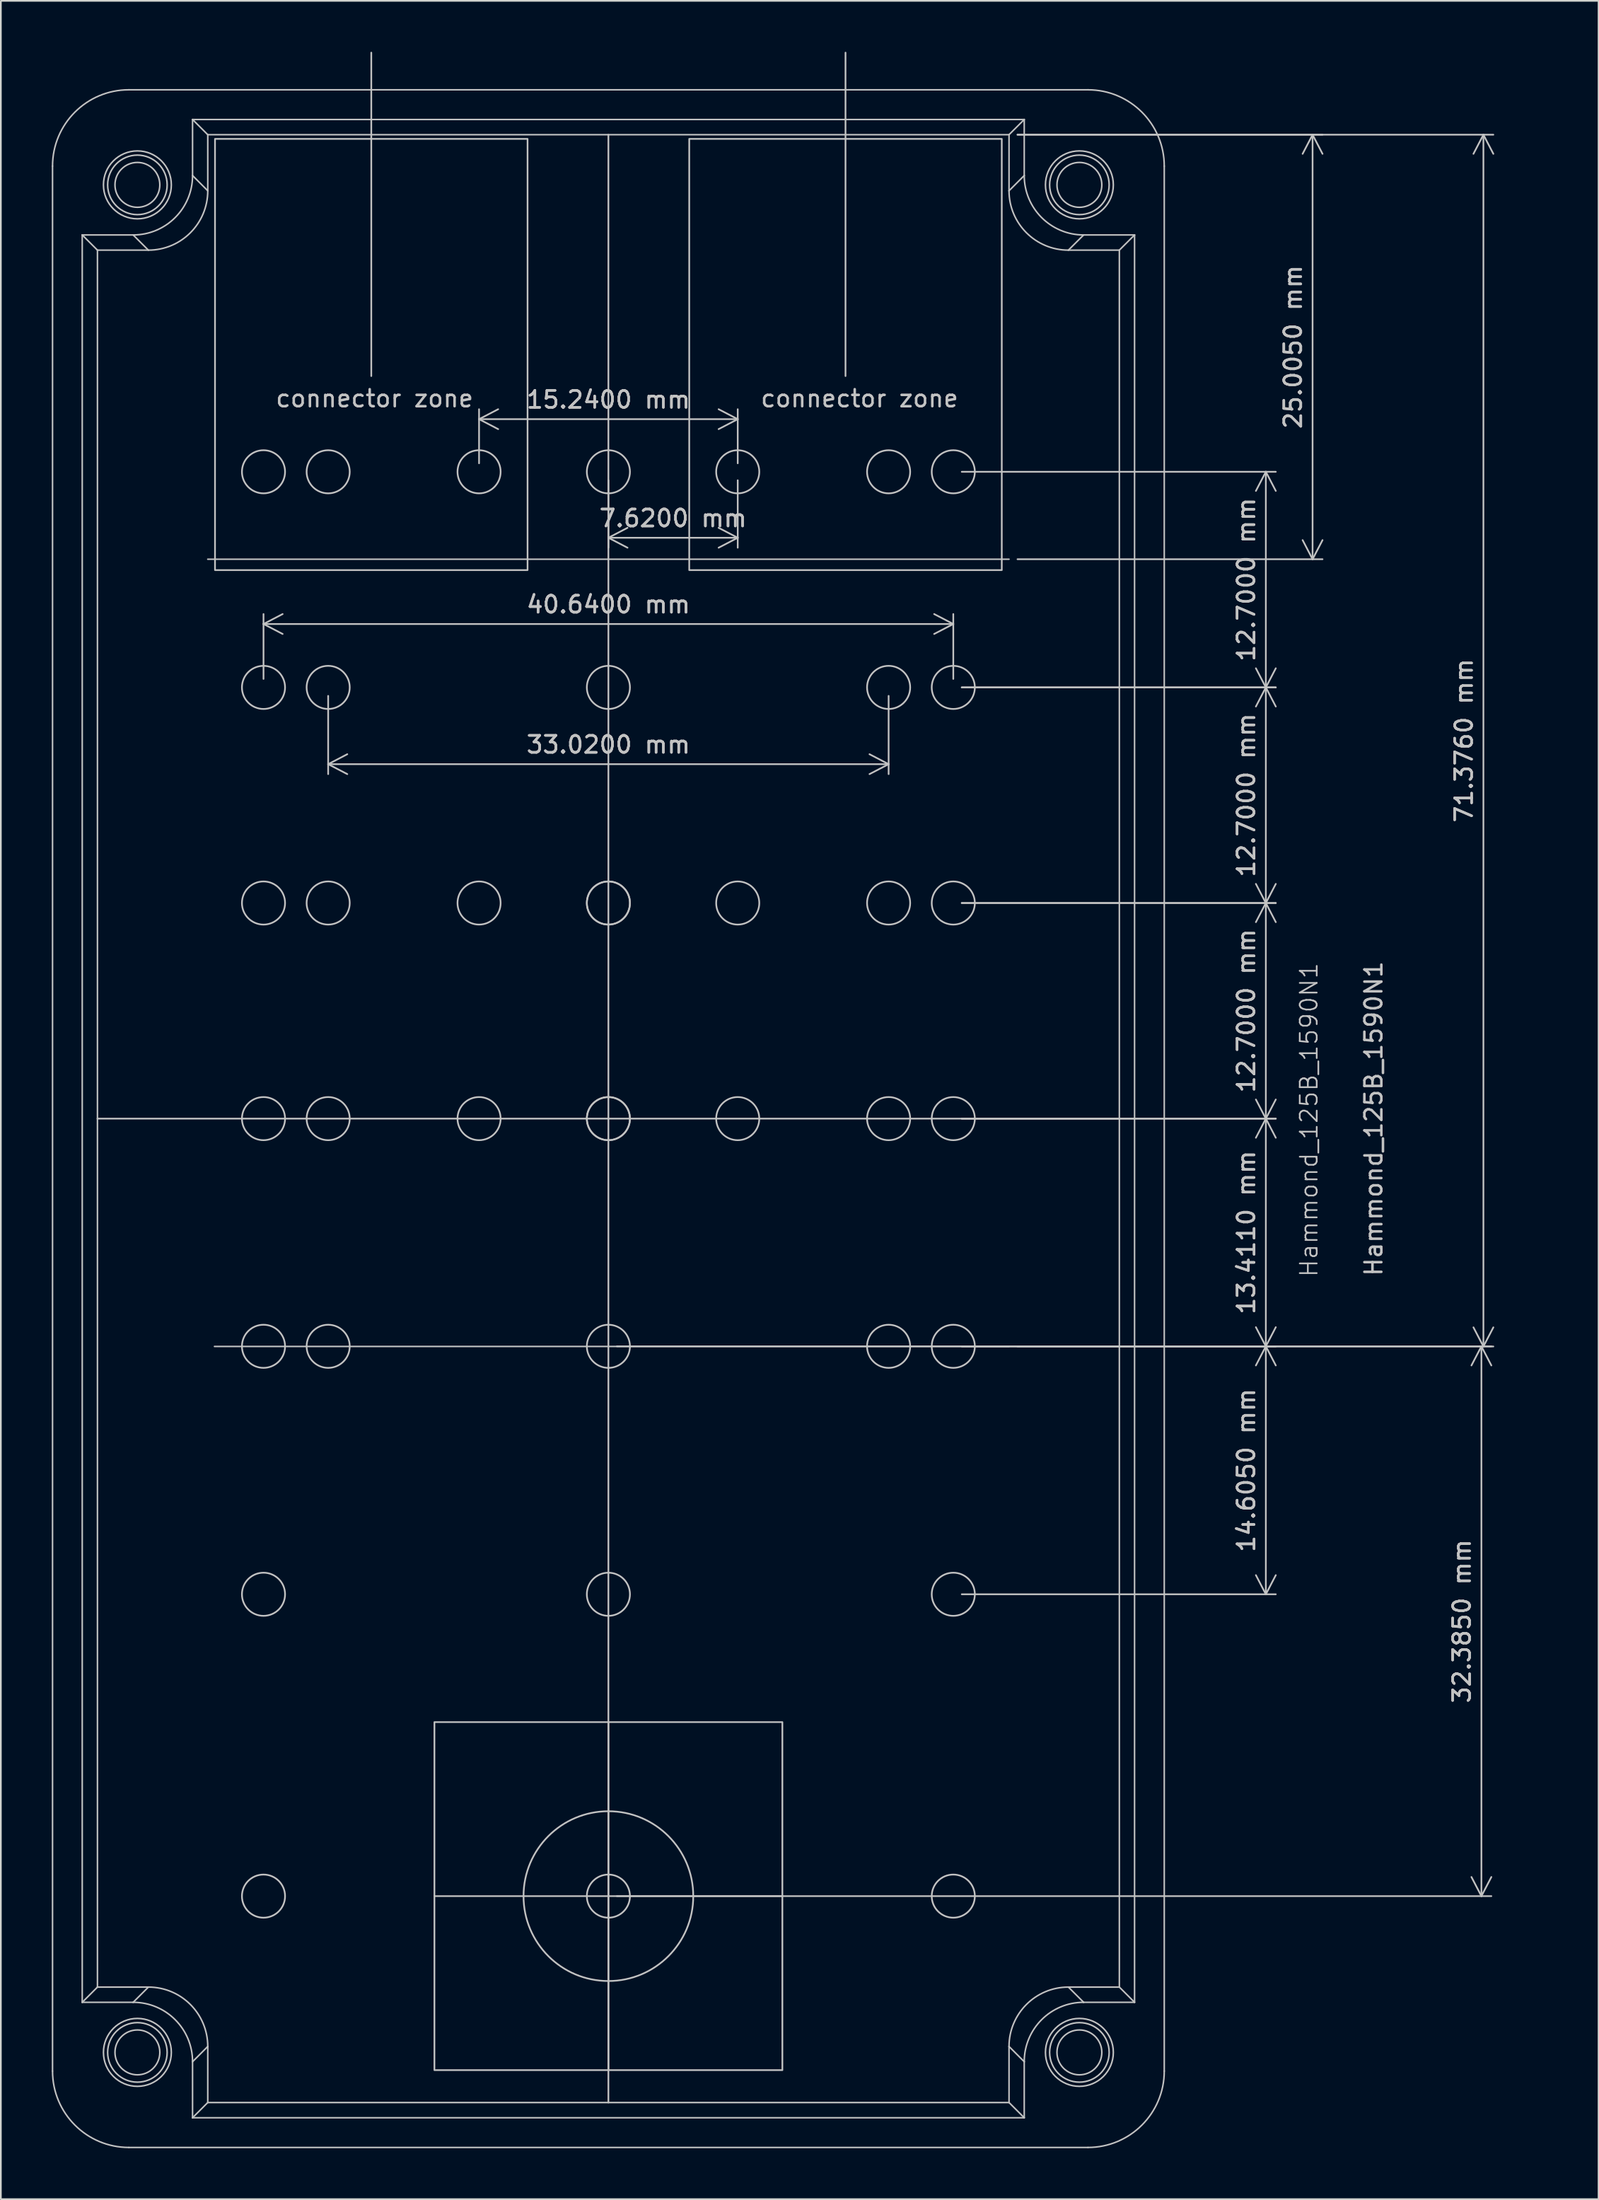
<source format=kicad_pcb>
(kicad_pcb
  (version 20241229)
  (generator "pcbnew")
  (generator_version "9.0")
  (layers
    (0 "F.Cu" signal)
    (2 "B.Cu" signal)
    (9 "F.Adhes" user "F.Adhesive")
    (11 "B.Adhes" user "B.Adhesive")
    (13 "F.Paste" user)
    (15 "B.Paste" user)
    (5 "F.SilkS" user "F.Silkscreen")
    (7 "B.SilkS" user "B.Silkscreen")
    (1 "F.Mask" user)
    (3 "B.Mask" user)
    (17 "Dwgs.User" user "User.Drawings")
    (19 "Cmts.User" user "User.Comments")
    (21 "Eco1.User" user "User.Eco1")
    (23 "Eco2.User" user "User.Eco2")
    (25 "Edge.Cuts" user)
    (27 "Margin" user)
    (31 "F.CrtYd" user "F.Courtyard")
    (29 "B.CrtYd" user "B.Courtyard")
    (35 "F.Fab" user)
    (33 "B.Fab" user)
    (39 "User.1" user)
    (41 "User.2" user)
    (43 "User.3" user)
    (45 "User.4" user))
  (footprint "Hammond_125B_1590N1"
    (layer "F.Cu")
    (at 32.795 76.25)
    (property "Reference" "Hammond_125B_1590N1" (at 41.275 -13.335 90) (unlocked yes) (layer "Dwgs.User") (effects (font (size 1 1) (thickness 0.1))))
    (fp_line (start -32.75 42.69) (end -32.75 -69.513) (stroke (width 0.09) (type solid)) (layer "Dwgs.User"))
    (fp_line (start -31 -65.461) (end -30.104 -64.566) (stroke (width 0.09) (type solid)) (layer "Dwgs.User"))
    (fp_line (start -31 -65.461) (end -27.999 -65.461) (stroke (width 0.09) (type solid)) (layer "Dwgs.User"))
    (fp_line (start -31 38.639) (end -31 -65.461) (stroke (width 0.09) (type solid)) (layer "Dwgs.User"))
    (fp_line (start -31 38.639) (end -30.104 37.743) (stroke (width 0.09) (type solid)) (layer "Dwgs.User"))
    (fp_line (start -30.104 -64.566) (end -30.104 37.743) (stroke (width 0.09) (type solid)) (layer "Dwgs.User"))
    (fp_line (start -30.104 -13.411) (end 30.104 -13.411) (stroke (width 0.1) (type default)) (layer "Dwgs.User"))
    (fp_line (start -30.104 37.743) (end -27.103 37.743) (stroke (width 0.09) (type solid)) (layer "Dwgs.User"))
    (fp_line (start -28.252 -74.011) (end 28.252 -74.011) (stroke (width 0.09) (type solid)) (layer "Dwgs.User"))
    (fp_line (start -27.999 -65.461) (end -27.103 -64.566) (stroke (width 0.09) (type solid)) (layer "Dwgs.User"))
    (fp_line (start -27.999 38.639) (end -31 38.639) (stroke (width 0.09) (type solid)) (layer "Dwgs.User"))
    (fp_line (start -27.103 -64.566) (end -30.104 -64.566) (stroke (width 0.09) (type solid)) (layer "Dwgs.User"))
    (fp_line (start -27.103 37.743) (end -27.999 38.639) (stroke (width 0.09) (type solid)) (layer "Dwgs.User"))
    (fp_line (start -24.5 -72.261) (end -23.604 -71.366) (stroke (width 0.09) (type solid)) (layer "Dwgs.User"))
    (fp_line (start -24.5 -72.261) (end 24.5 -72.261) (stroke (width 0.09) (type solid)) (layer "Dwgs.User"))
    (fp_line (start -24.5 -68.96) (end -24.5 -72.261) (stroke (width 0.09) (type solid)) (layer "Dwgs.User"))
    (fp_line (start -24.5 42.138) (end -23.604 41.242) (stroke (width 0.09) (type solid)) (layer "Dwgs.User"))
    (fp_line (start -24.5 45.439) (end -24.5 42.138) (stroke (width 0.09) (type solid)) (layer "Dwgs.User"))
    (fp_line (start -24.5 45.439) (end -23.604 44.543) (stroke (width 0.09) (type solid)) (layer "Dwgs.User"))
    (fp_line (start -23.604 -71.366) (end -23.604 -68.064) (stroke (width 0.09) (type solid)) (layer "Dwgs.User"))
    (fp_line (start -23.604 -68.064) (end -24.5 -68.96) (stroke (width 0.09) (type solid)) (layer "Dwgs.User"))
    (fp_line (start -23.604 41.242) (end -23.604 44.543) (stroke (width 0.09) (type solid)) (layer "Dwgs.User"))
    (fp_line (start -23.604 44.543) (end 23.604 44.543) (stroke (width 0.09) (type solid)) (layer "Dwgs.User"))
    (fp_line (start -13.97 -76.2) (end -13.97 -57.15) (stroke (width 0.1) (type default)) (layer "Dwgs.User"))
    (fp_line (start -10.25 32.385) (end 10.25 32.385) (stroke (width 0.1) (type default)) (layer "Dwgs.User"))
    (fp_line (start -0.000001 22.135) (end -0.000001 42.635) (stroke (width 0.1) (type default)) (layer "Dwgs.User"))
    (fp_line (start 0 -71.366) (end 0 44.543) (stroke (width 0.1) (type default)) (layer "Dwgs.User"))
    (fp_line (start 13.97 -76.2) (end 13.97 -57.15) (stroke (width 0.1) (type default)) (layer "Dwgs.User"))
    (fp_line (start 23.604 -46.361) (end -23.604 -46.361) (stroke (width 0.09) (type solid)) (layer "Dwgs.User"))
    (fp_line (start 23.604 0.009) (end -23.209 0.009) (stroke (width 0.09) (type solid)) (layer "Dwgs.User"))
    (fp_line (start 23.604 -71.366) (end -23.604 -71.366) (stroke (width 0.09) (type solid)) (layer "Dwgs.User"))
    (fp_line (start 23.604 -68.064) (end 23.604 -71.366) (stroke (width 0.09) (type solid)) (layer "Dwgs.User"))
    (fp_line (start 23.604 41.242) (end 24.5 42.138) (stroke (width 0.09) (type solid)) (layer "Dwgs.User"))
    (fp_line (start 23.604 44.543) (end 23.604 41.242) (stroke (width 0.09) (type solid)) (layer "Dwgs.User"))
    (fp_line (start 24.5 -72.261) (end 23.604 -71.366) (stroke (width 0.09) (type solid)) (layer "Dwgs.User"))
    (fp_line (start 24.5 -72.261) (end 24.5 -68.96) (stroke (width 0.09) (type solid)) (layer "Dwgs.User"))
    (fp_line (start 24.5 -68.96) (end 23.604 -68.064) (stroke (width 0.09) (type solid)) (layer "Dwgs.User"))
    (fp_line (start 24.5 42.138) (end 24.5 45.439) (stroke (width 0.09) (type solid)) (layer "Dwgs.User"))
    (fp_line (start 24.5 45.439) (end -24.5 45.439) (stroke (width 0.09) (type solid)) (layer "Dwgs.User"))
    (fp_line (start 24.5 45.439) (end 23.604 44.543) (stroke (width 0.09) (type solid)) (layer "Dwgs.User"))
    (fp_line (start 27.103 -64.566) (end 27.999 -65.461) (stroke (width 0.09) (type solid)) (layer "Dwgs.User"))
    (fp_line (start 27.103 37.743) (end 30.104 37.743) (stroke (width 0.09) (type solid)) (layer "Dwgs.User"))
    (fp_line (start 27.999 -65.461) (end 31 -65.461) (stroke (width 0.09) (type solid)) (layer "Dwgs.User"))
    (fp_line (start 27.999 38.639) (end 27.103 37.743) (stroke (width 0.09) (type solid)) (layer "Dwgs.User"))
    (fp_line (start 28.252 47.189) (end -28.252 47.189) (stroke (width 0.09) (type solid)) (layer "Dwgs.User"))
    (fp_line (start 30.104 -64.566) (end 27.103 -64.566) (stroke (width 0.09) (type solid)) (layer "Dwgs.User"))
    (fp_line (start 30.104 37.743) (end 30.104 -64.566) (stroke (width 0.09) (type solid)) (layer "Dwgs.User"))
    (fp_line (start 31 -65.461) (end 30.104 -64.566) (stroke (width 0.09) (type solid)) (layer "Dwgs.User"))
    (fp_line (start 31 -65.461) (end 31 38.639) (stroke (width 0.09) (type solid)) (layer "Dwgs.User"))
    (fp_line (start 31 38.639) (end 27.999 38.639) (stroke (width 0.09) (type solid)) (layer "Dwgs.User"))
    (fp_line (start 31 38.639) (end 30.104 37.743) (stroke (width 0.09) (type solid)) (layer "Dwgs.User"))
    (fp_line (start 32.75 -69.513) (end 32.75 42.69) (stroke (width 0.09) (type solid)) (layer "Dwgs.User"))
    (fp_rect (start -23.177 -71.12) (end -4.763 -45.72) (stroke (width 0.1) (type default)) (fill no) (layer "Dwgs.User"))
    (fp_rect (start -10.25 22.135) (end 10.25 42.635) (stroke (width 0.1) (type default)) (fill no) (layer "Dwgs.User"))
    (fp_rect (start 4.763 -71.12) (end 23.177 -45.72) (stroke (width 0.1) (type default)) (fill no) (layer "Dwgs.User"))
    (fp_circle (center -27.75 -68.411) (end -27.75 -70.411) (stroke (width 0.09) (type solid)) (fill no) (layer "Dwgs.User"))
    (fp_circle (center -27.75 -68.411) (end -27.75 -70.164) (stroke (width 0.09) (type solid)) (fill no) (layer "Dwgs.User"))
    (fp_circle (center -27.75 -68.411) (end -27.75 -69.732) (stroke (width 0.09) (type solid)) (fill no) (layer "Dwgs.User"))
    (fp_circle (center -27.75 41.589) (end -27.75 39.589) (stroke (width 0.09) (type solid)) (fill no) (layer "Dwgs.User"))
    (fp_circle (center -27.75 41.589) (end -27.75 39.836) (stroke (width 0.09) (type solid)) (fill no) (layer "Dwgs.User"))
    (fp_circle (center -27.75 41.589) (end -27.75 40.268) (stroke (width 0.09) (type solid)) (fill no) (layer "Dwgs.User"))
    (fp_circle (center -20.32 -51.511) (end -19.05 -51.511) (stroke (width 0.1) (type default)) (fill no) (layer "Dwgs.User"))
    (fp_circle (center -20.32 -38.811) (end -19.05 -38.811) (stroke (width 0.1) (type default)) (fill no) (layer "Dwgs.User"))
    (fp_circle (center -20.32 -26.111) (end -19.05 -26.111) (stroke (width 0.1) (type default)) (fill no) (layer "Dwgs.User"))
    (fp_circle (center -20.32 -13.411) (end -19.05 -13.411) (stroke (width 0.1) (type default)) (fill no) (layer "Dwgs.User"))
    (fp_circle (center -20.32 0) (end -19.05 0) (stroke (width 0.1) (type default)) (fill no) (layer "Dwgs.User"))
    (fp_circle (center -20.32 14.605) (end -19.05 14.605) (stroke (width 0.1) (type default)) (fill no) (layer "Dwgs.User"))
    (fp_circle (center -20.32 32.385) (end -19.05 32.385) (stroke (width 0.1) (type default)) (fill no) (layer "Dwgs.User"))
    (fp_circle (center -16.51 -51.511) (end -15.24 -51.511) (stroke (width 0.1) (type default)) (fill no) (layer "Dwgs.User"))
    (fp_circle (center -16.51 -38.811) (end -15.24 -38.811) (stroke (width 0.1) (type default)) (fill no) (layer "Dwgs.User"))
    (fp_circle (center -16.51 -26.111) (end -15.24 -26.111) (stroke (width 0.1) (type default)) (fill no) (layer "Dwgs.User"))
    (fp_circle (center -16.51 -13.411) (end -15.24 -13.411) (stroke (width 0.1) (type default)) (fill no) (layer "Dwgs.User"))
    (fp_circle (center -16.51 0) (end -15.24 0) (stroke (width 0.1) (type default)) (fill no) (layer "Dwgs.User"))
    (fp_circle (center -7.62 -51.511) (end -6.35 -51.511) (stroke (width 0.1) (type default)) (fill no) (layer "Dwgs.User"))
    (fp_circle (center -7.62 -26.111) (end -6.35 -26.111) (stroke (width 0.1) (type default)) (fill no) (layer "Dwgs.User"))
    (fp_circle (center -7.62 -13.411) (end -6.35 -13.411) (stroke (width 0.1) (type default)) (fill no) (layer "Dwgs.User"))
    (fp_circle (center -0.000001 32.385) (end 5 32.385) (stroke (width 0.1) (type default)) (fill no) (layer "Dwgs.User"))
    (fp_circle (center 0 -51.511) (end 1.27 -51.511) (stroke (width 0.1) (type default)) (fill no) (layer "Dwgs.User"))
    (fp_circle (center 0 -38.811) (end 1.27 -38.811) (stroke (width 0.1) (type default)) (fill no) (layer "Dwgs.User"))
    (fp_circle (center 0 -26.111) (end 1.27 -26.111) (stroke (width 0.1) (type default)) (fill no) (layer "Dwgs.User"))
    (fp_circle (center 0 -26.111) (end 1.27 -26.111) (stroke (width 0.1) (type default)) (fill no) (layer "Dwgs.User"))
    (fp_circle (center 0 -13.411) (end 1.27 -13.411) (stroke (width 0.1) (type default)) (fill no) (layer "Dwgs.User"))
    (fp_circle (center 0 -13.411) (end 1.27 -13.411) (stroke (width 0.1) (type default)) (fill no) (layer "Dwgs.User"))
    (fp_circle (center 0 0) (end 1.27 0) (stroke (width 0.1) (type default)) (fill no) (layer "Dwgs.User"))
    (fp_circle (center 0 14.605) (end 1.27 14.605) (stroke (width 0.1) (type default)) (fill no) (layer "Dwgs.User"))
    (fp_circle (center 0 32.385) (end 1.27 32.385) (stroke (width 0.1) (type default)) (fill no) (layer "Dwgs.User"))
    (fp_circle (center 7.62 -51.511) (end 8.89 -51.511) (stroke (width 0.1) (type default)) (fill no) (layer "Dwgs.User"))
    (fp_circle (center 7.62 -26.111) (end 8.89 -26.111) (stroke (width 0.1) (type default)) (fill no) (layer "Dwgs.User"))
    (fp_circle (center 7.62 -13.411) (end 8.89 -13.411) (stroke (width 0.1) (type default)) (fill no) (layer "Dwgs.User"))
    (fp_circle (center 16.51 -51.511) (end 17.78 -51.511) (stroke (width 0.1) (type default)) (fill no) (layer "Dwgs.User"))
    (fp_circle (center 16.51 -38.811) (end 17.78 -38.811) (stroke (width 0.1) (type default)) (fill no) (layer "Dwgs.User"))
    (fp_circle (center 16.51 -26.111) (end 17.78 -26.111) (stroke (width 0.1) (type default)) (fill no) (layer "Dwgs.User"))
    (fp_circle (center 16.51 -13.411) (end 17.78 -13.411) (stroke (width 0.1) (type default)) (fill no) (layer "Dwgs.User"))
    (fp_circle (center 16.51 0) (end 17.78 0) (stroke (width 0.1) (type default)) (fill no) (layer "Dwgs.User"))
    (fp_circle (center 20.32 -51.511) (end 21.59 -51.511) (stroke (width 0.1) (type default)) (fill no) (layer "Dwgs.User"))
    (fp_circle (center 20.32 -38.811) (end 21.59 -38.811) (stroke (width 0.1) (type default)) (fill no) (layer "Dwgs.User"))
    (fp_circle (center 20.32 -26.111) (end 21.59 -26.111) (stroke (width 0.1) (type default)) (fill no) (layer "Dwgs.User"))
    (fp_circle (center 20.32 -13.411) (end 21.59 -13.411) (stroke (width 0.1) (type default)) (fill no) (layer "Dwgs.User"))
    (fp_circle (center 20.32 0) (end 21.59 0) (stroke (width 0.1) (type default)) (fill no) (layer "Dwgs.User"))
    (fp_circle (center 20.32 14.605) (end 21.59 14.605) (stroke (width 0.1) (type default)) (fill no) (layer "Dwgs.User"))
    (fp_circle (center 20.32 32.385) (end 21.59 32.385) (stroke (width 0.1) (type default)) (fill no) (layer "Dwgs.User"))
    (fp_circle (center 27.75 -68.411) (end 27.75 -70.411) (stroke (width 0.09) (type solid)) (fill no) (layer "Dwgs.User"))
    (fp_circle (center 27.75 -68.411) (end 27.75 -70.164) (stroke (width 0.09) (type solid)) (fill no) (layer "Dwgs.User"))
    (fp_circle (center 27.75 -68.411) (end 27.75 -69.732) (stroke (width 0.09) (type solid)) (fill no) (layer "Dwgs.User"))
    (fp_circle (center 27.75 41.589) (end 27.75 39.589) (stroke (width 0.09) (type solid)) (fill no) (layer "Dwgs.User"))
    (fp_circle (center 27.75 41.589) (end 27.75 39.836) (stroke (width 0.09) (type solid)) (fill no) (layer "Dwgs.User"))
    (fp_circle (center 27.75 41.589) (end 27.75 40.268) (stroke (width 0.09) (type solid)) (fill no) (layer "Dwgs.User"))
    (fp_curve (pts (xy -32.75 42.69) (xy -32.75 45.175) (xy -30.736 47.189) (xy -28.252 47.189)) (stroke (width 0.09) (type solid)) (layer "Dwgs.User"))
    (fp_curve (pts (xy -28.252 -74.011) (xy -30.736 -74.011) (xy -32.75 -71.998) (xy -32.75 -69.513)) (stroke (width 0.09) (type solid)) (layer "Dwgs.User"))
    (fp_curve (pts (xy -27.999 -65.461) (xy -26.066 -65.461) (xy -24.5 -67.027) (xy -24.5 -68.96)) (stroke (width 0.09) (type solid)) (layer "Dwgs.User"))
    (fp_curve (pts (xy -27.103 -64.566) (xy -25.171 -64.566) (xy -23.604 -66.132) (xy -23.604 -68.064)) (stroke (width 0.09) (type solid)) (layer "Dwgs.User"))
    (fp_curve (pts (xy -24.5 42.138) (xy -24.5 40.205) (xy -26.066 38.639) (xy -27.999 38.639)) (stroke (width 0.09) (type solid)) (layer "Dwgs.User"))
    (fp_curve (pts (xy -23.604 41.242) (xy -23.604 39.309) (xy -25.171 37.743) (xy -27.103 37.743)) (stroke (width 0.09) (type solid)) (layer "Dwgs.User"))
    (fp_curve (pts (xy 23.604 -68.064) (xy 23.604 -66.132) (xy 25.171 -64.566) (xy 27.103 -64.566)) (stroke (width 0.09) (type solid)) (layer "Dwgs.User"))
    (fp_curve (pts (xy 24.5 -68.96) (xy 24.5 -67.027) (xy 26.066 -65.461) (xy 27.999 -65.461)) (stroke (width 0.09) (type solid)) (layer "Dwgs.User"))
    (fp_curve (pts (xy 27.103 37.743) (xy 25.171 37.743) (xy 23.604 39.309) (xy 23.604 41.242)) (stroke (width 0.09) (type solid)) (layer "Dwgs.User"))
    (fp_curve (pts (xy 27.999 38.639) (xy 26.066 38.639) (xy 24.5 40.205) (xy 24.5 42.138)) (stroke (width 0.09) (type solid)) (layer "Dwgs.User"))
    (fp_curve (pts (xy 28.252 47.189) (xy 30.736 47.189) (xy 32.75 45.175) (xy 32.75 42.69)) (stroke (width 0.09) (type solid)) (layer "Dwgs.User"))
    (fp_curve (pts (xy 32.75 -69.513) (xy 32.75 -71.998) (xy 30.736 -74.011) (xy 28.252 -74.011)) (stroke (width 0.09) (type solid)) (layer "Dwgs.User"))
    (fp_text user "connector zone" (at -19.685 -55.245 0) (unlocked yes) (layer "Dwgs.User") (effects (font (size 1 1) (thickness 0.15)) (justify left bottom)))
    (fp_text user "${REFERENCE}" (at 45.085 -13.411 90) (unlocked yes) (layer "Dwgs.User") (effects (font (size 1 1) (thickness 0.15))))
    (fp_text user "connector zone" (at 8.89 -55.245 0) (unlocked yes) (layer "Dwgs.User") (effects (font (size 1 1) (thickness 0.15)) (justify left bottom)))
    (dimension (type aligned) (layer "Dwgs.User") (pts (xy 32.795 24.739) (xy 40.415 24.739)) (height 3.886) (format (prefix "") (suffix "") (units 3) (units_format 1) (precision 4)) (style (thickness 0.1) (arrow_length 1.27) (text_position_mode 0) (arrow_direction outward) (extension_height 0.586) (extension_offset 0.5) (keep_text_aligned yes)) (gr_text "7.6200 mm" (at 36.605 27.475 0) (layer "Dwgs.User") (effects (font (size 1 1) (thickness 0.15)))))
    (dimension (type aligned) (layer "Dwgs.User") (pts (xy 12.475 37.439) (xy 53.115 37.439)) (height -3.734) (format (prefix "") (suffix "") (units 3) (units_format 1) (precision 4)) (style (thickness 0.1) (arrow_length 1.27) (text_position_mode 0) (arrow_direction outward) (extension_height 0.586) (extension_offset 0.5) (keep_text_aligned yes)) (gr_text "40.6400 mm" (at 32.795 32.555 0) (layer "Dwgs.User") (effects (font (size 1 1) (thickness 0.15)))))
    (dimension (type aligned) (layer "Dwgs.User") (pts (xy 53.115 62.839) (xy 53.115 76.25)) (height -18.415) (format (prefix "") (suffix "") (units 3) (units_format 1) (precision 4)) (style (thickness 0.1) (arrow_length 1.27) (text_position_mode 0) (arrow_direction outward) (extension_height 0.586) (extension_offset 0.5) (keep_text_aligned yes)) (gr_text "13.4112 mm" (at 70.38 69.544 90) (layer "Dwgs.User") (effects (font (size 1 1) (thickness 0.15)))))
    (dimension (type aligned) (layer "Dwgs.User") (pts (xy 53.115 37.439) (xy 53.115 50.139)) (height -18.415) (format (prefix "") (suffix "") (units 3) (units_format 1) (precision 4)) (style (thickness 0.1) (arrow_length 1.27) (text_position_mode 0) (arrow_direction outward) (extension_height 0.586) (extension_offset 0.5) (keep_text_aligned yes)) (gr_text "12.7000 mm" (at 70.38 43.789 90) (layer "Dwgs.User") (effects (font (size 1 1) (thickness 0.15)))))
    (dimension (type aligned) (layer "Dwgs.User") (pts (xy 53.115 24.739) (xy 53.115 37.439)) (height -18.415) (format (prefix "") (suffix "") (units 3) (units_format 1) (precision 4)) (style (thickness 0.1) (arrow_length 1.27) (text_position_mode 0) (arrow_direction outward) (extension_height 0.586) (extension_offset 0.5) (keep_text_aligned yes)) (gr_text "12.7000 mm" (at 70.38 31.089 90) (layer "Dwgs.User") (effects (font (size 1 1) (thickness 0.15)))))
    (dimension (type aligned) (layer "Dwgs.User") (pts (xy 53.115 50.139) (xy 53.115 62.839)) (height -18.415) (format (prefix "") (suffix "") (units 3) (units_format 1) (precision 4)) (style (thickness 0.1) (arrow_length 1.27) (text_position_mode 0) (arrow_direction outward) (extension_height 0.586) (extension_offset 0.5) (keep_text_aligned yes)) (gr_text "12.7000 mm" (at 70.38 56.489 90) (layer "Dwgs.User") (effects (font (size 1 1) (thickness 0.15)))))
    (dimension (type aligned) (layer "Dwgs.User") (pts (xy 25.175 24.739) (xy 40.415 24.739)) (height -3.099) (format (prefix "") (suffix "") (units 3) (units_format 1) (precision 4)) (style (thickness 0.1) (arrow_length 1.27) (text_position_mode 0) (arrow_direction outward) (extension_height 0.586) (extension_offset 0.5) (keep_text_aligned yes)) (gr_text "15.2400 mm" (at 32.795 20.49 0) (layer "Dwgs.User") (effects (font (size 1 1) (thickness 0.15)))))
    (dimension (type aligned) (layer "Dwgs.User") (pts (xy 32.795 76.25) (xy 32.795 108.635)) (height -51.435) (format (prefix "") (suffix "") (units 3) (units_format 1) (precision 4)) (style (thickness 0.1) (arrow_length 1.27) (text_position_mode 0) (arrow_direction outward) (extension_height 0.586) (extension_offset 0.5) (keep_text_aligned yes)) (gr_text "32.3850 mm" (at 83.08 92.442 90) (layer "Dwgs.User") (effects (font (size 1 1) (thickness 0.15)))))
    (dimension (type aligned) (layer "Dwgs.User") (pts (xy 16.285 37.439) (xy 49.305 37.439)) (height 4.521) (format (prefix "") (suffix "") (units 3) (units_format 1) (precision 4)) (style (thickness 0.1) (arrow_length 1.27) (text_position_mode 0) (arrow_direction outward) (extension_height 0.586) (extension_offset 0.5) (keep_text_aligned yes)) (gr_text "33.0200 mm" (at 32.795 40.81 0) (layer "Dwgs.User") (effects (font (size 1 1) (thickness 0.15)))))
    (dimension (type aligned) (layer "Dwgs.User") (pts (xy 56.399 4.884) (xy 56.399 29.889)) (height -17.884) (format (prefix "") (suffix "") (units 3) (units_format 1) (precision 4)) (style (thickness 0.1) (arrow_length 1.27) (text_position_mode 0) (arrow_direction outward) (extension_height 0.586) (extension_offset 0.5) (keep_text_aligned yes)) (gr_text "25.0044 mm" (at 73.133 17.387 90) (layer "Dwgs.User") (effects (font (size 1 1) (thickness 0.15)))))
    (dimension (type aligned) (layer "Dwgs.User") (pts (xy 53.115 76.25) (xy 53.115 90.855)) (height -18.415) (format (prefix "") (suffix "") (units 3) (units_format 1) (precision 4)) (style (thickness 0.1) (arrow_length 1.27) (text_position_mode 0) (arrow_direction outward) (extension_height 0.586) (extension_offset 0.5) (keep_text_aligned yes)) (gr_text "14.6050 mm" (at 70.38 83.552 90) (layer "Dwgs.User") (effects (font (size 1 1) (thickness 0.15)))))
    (dimension (type aligned) (layer "Dwgs.User") (pts (xy 56.399 4.884) (xy 56.399 76.26)) (height -27.949) (format (prefix "") (suffix "") (units 3) (units_format 1) (precision 4)) (style (thickness 0.1) (arrow_length 1.27) (text_position_mode 0) (arrow_direction outward) (extension_height 0.586) (extension_offset 0.5) (keep_text_aligned yes)) (gr_text "71.3751 mm" (at 83.198 40.572 90) (layer "Dwgs.User") (effects (font (size 1 1) (thickness 0.15))))))
  (gr_rect
    (start -3 -3)
    (end 91.133 126.484)
    (stroke (width 0.1) (type default))
    (fill no)
    (layer "Edge.Cuts")))
</source>
